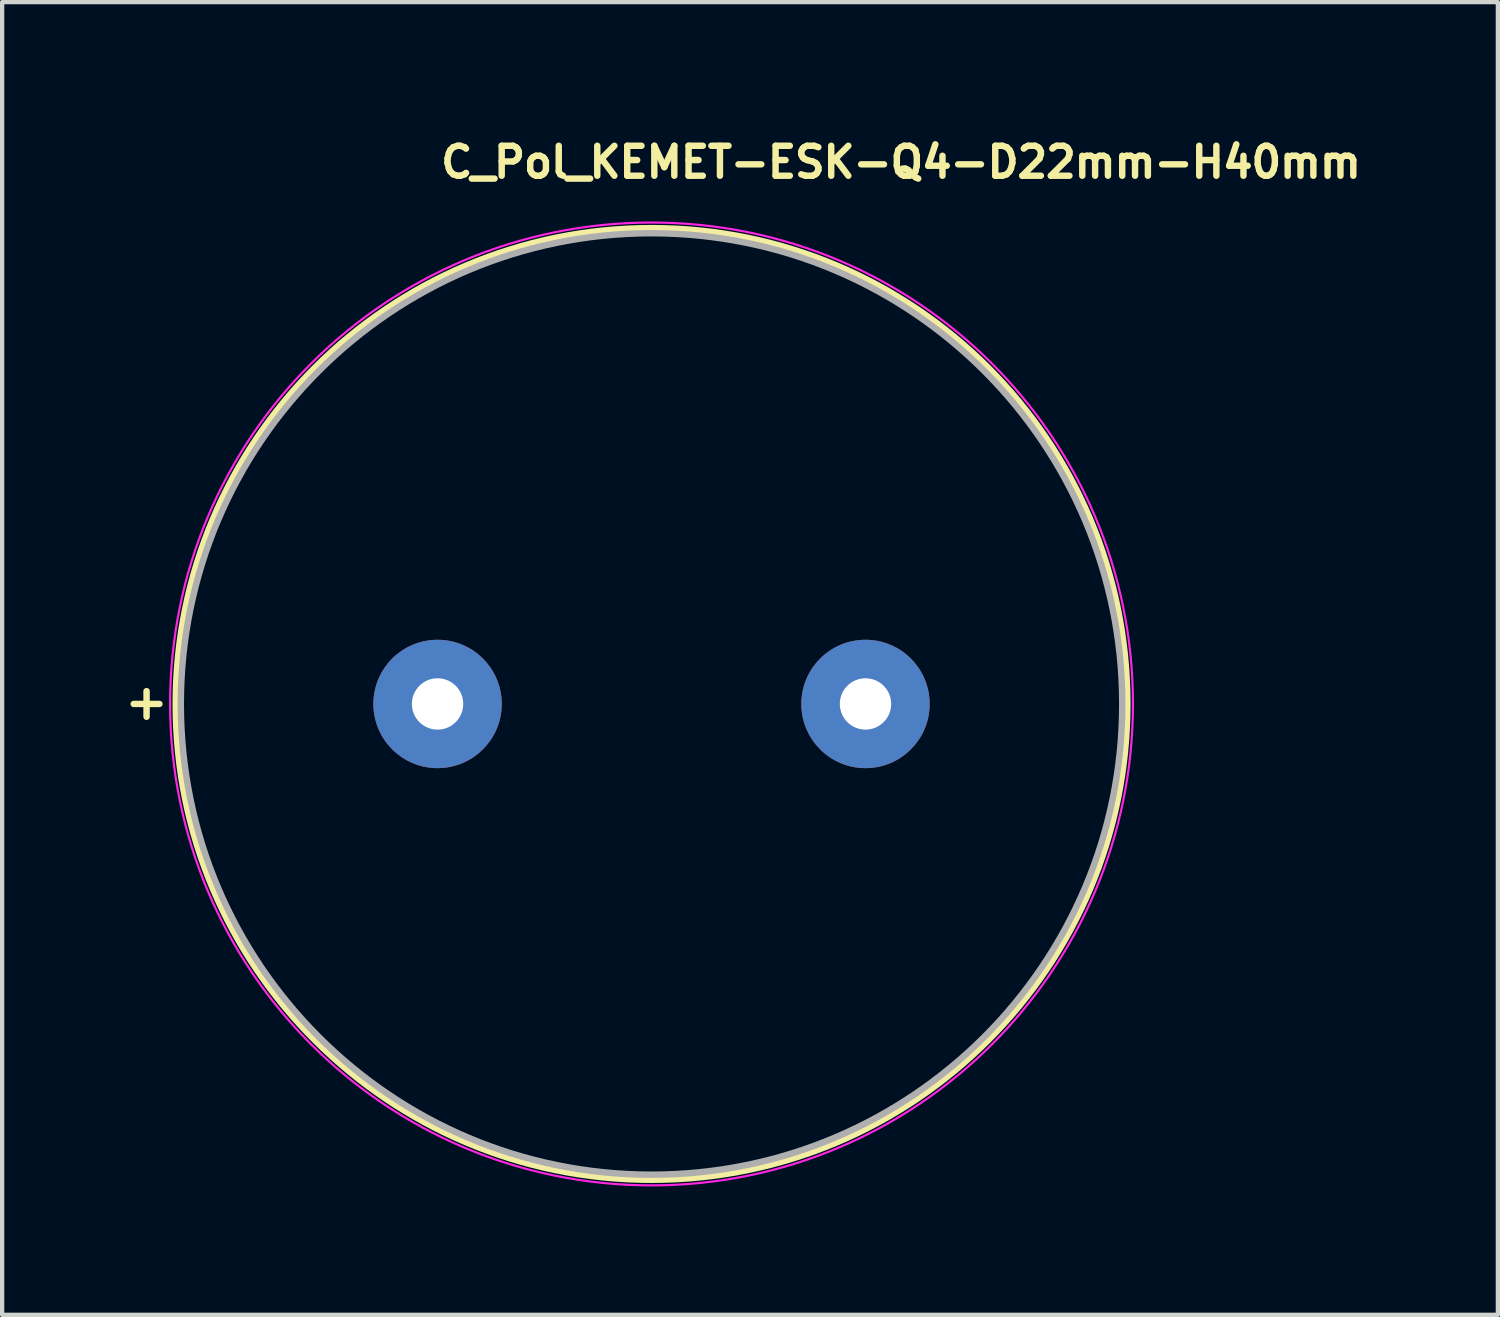
<source format=kicad_pcb>
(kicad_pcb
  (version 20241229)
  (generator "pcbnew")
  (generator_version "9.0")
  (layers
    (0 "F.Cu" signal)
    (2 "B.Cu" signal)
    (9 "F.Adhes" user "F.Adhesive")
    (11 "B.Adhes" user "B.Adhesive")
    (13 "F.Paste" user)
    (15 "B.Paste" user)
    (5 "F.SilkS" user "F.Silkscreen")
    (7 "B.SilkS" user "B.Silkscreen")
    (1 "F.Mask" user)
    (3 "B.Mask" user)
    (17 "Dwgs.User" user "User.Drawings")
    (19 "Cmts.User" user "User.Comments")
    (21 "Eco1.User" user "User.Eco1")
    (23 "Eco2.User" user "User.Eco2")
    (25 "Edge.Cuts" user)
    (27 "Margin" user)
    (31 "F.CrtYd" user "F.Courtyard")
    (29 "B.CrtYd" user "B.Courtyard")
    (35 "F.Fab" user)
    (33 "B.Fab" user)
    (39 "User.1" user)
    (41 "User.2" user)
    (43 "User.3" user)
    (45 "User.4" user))
  (footprint "C_Pol_KEMET-ESK-Q4-D22mm-H40mm"
    (layer "F.Cu")
    (at 7.175 13.4)
    (property "Reference" "C_Pol_KEMET-ESK-Q4-D22mm-H40mm" (at 0 -12.25 0) (layer "F.SilkS") (effects (font (size 0.7 0.7) (thickness 0.15)) (justify left bottom)))
    (attr through_hole)
    (fp_line (start -6.8 -0.3) (end -6.8 0.3) (stroke (width 0.15) (type solid)) (layer "F.SilkS"))
    (fp_line (start -6.5 0) (end -7.1 0) (stroke (width 0.15) (type solid)) (layer "F.SilkS"))
    (fp_circle (center 5 0) (end 16.119 0) (stroke (width 0.15) (type solid)) (fill no) (layer "F.SilkS"))
    (fp_circle (center 5 0) (end 16.25 0) (stroke (width 0.05) (type solid)) (fill no) (layer "F.CrtYd"))
    (fp_circle (center 5 0) (end 16 0) (stroke (width 0.15) (type solid)) (fill no) (layer "F.Fab"))
    (fp_circle (center 5 0) (end 16 0) (stroke (width 0.15) (type solid)) (fill no) (layer "User.5"))
    (fp_line (start -6 0) (end -5.989 -0.481) (stroke (width 0.02) (type solid)) (layer "User.9"))
    (fp_line (start -5.989 -0.481) (end -5.958 -0.958) (stroke (width 0.02) (type solid)) (layer "User.9"))
    (fp_line (start -5.989 0.481) (end -6 0) (stroke (width 0.02) (type solid)) (layer "User.9"))
    (fp_line (start -5.958 -0.958) (end -5.907 -1.43) (stroke (width 0.02) (type solid)) (layer "User.9"))
    (fp_line (start -5.958 0.958) (end -5.989 0.481) (stroke (width 0.02) (type solid)) (layer "User.9"))
    (fp_line (start -5.907 -1.43) (end -5.836 -1.896) (stroke (width 0.02) (type solid)) (layer "User.9"))
    (fp_line (start -5.907 1.43) (end -5.958 0.958) (stroke (width 0.02) (type solid)) (layer "User.9"))
    (fp_line (start -5.836 -1.896) (end -5.745 -2.356) (stroke (width 0.02) (type solid)) (layer "User.9"))
    (fp_line (start -5.836 1.896) (end -5.907 1.43) (stroke (width 0.02) (type solid)) (layer "User.9"))
    (fp_line (start -5.745 -2.356) (end -5.636 -2.81) (stroke (width 0.02) (type solid)) (layer "User.9"))
    (fp_line (start -5.745 2.356) (end -5.836 1.896) (stroke (width 0.02) (type solid)) (layer "User.9"))
    (fp_line (start -5.636 -2.81) (end -5.507 -3.257) (stroke (width 0.02) (type solid)) (layer "User.9"))
    (fp_line (start -5.636 2.81) (end -5.745 2.356) (stroke (width 0.02) (type solid)) (layer "User.9"))
    (fp_line (start -5.507 -3.257) (end -5.361 -3.696) (stroke (width 0.02) (type solid)) (layer "User.9"))
    (fp_line (start -5.507 3.257) (end -5.636 2.81) (stroke (width 0.02) (type solid)) (layer "User.9"))
    (fp_line (start -5.361 -3.696) (end -5.197 -4.128) (stroke (width 0.02) (type solid)) (layer "User.9"))
    (fp_line (start -5.361 3.696) (end -5.507 3.257) (stroke (width 0.02) (type solid)) (layer "User.9"))
    (fp_line (start -5.197 -4.128) (end -5.015 -4.551) (stroke (width 0.02) (type solid)) (layer "User.9"))
    (fp_line (start -5.197 4.128) (end -5.361 3.696) (stroke (width 0.02) (type solid)) (layer "User.9"))
    (fp_line (start -5.015 -4.551) (end -4.6 -5.37) (stroke (width 0.02) (type solid)) (layer "User.9"))
    (fp_line (start -5.015 4.551) (end -5.197 4.128) (stroke (width 0.02) (type solid)) (layer "User.9"))
    (fp_line (start -4.816 4.965) (end -5.015 4.551) (stroke (width 0.02) (type solid)) (layer "User.9"))
    (fp_line (start -4.6 -5.37) (end -4.12 -6.149) (stroke (width 0.02) (type solid)) (layer "User.9"))
    (fp_line (start -4.6 5.37) (end -4.816 4.965) (stroke (width 0.02) (type solid)) (layer "User.9"))
    (fp_line (start -4.5 0) (end -4.48 0.614) (stroke (width 0.02) (type solid)) (layer "User.9"))
    (fp_line (start -4.48 -0.614) (end -4.5 0) (stroke (width 0.02) (type solid)) (layer "User.9"))
    (fp_line (start -4.48 0.614) (end -4.42 1.227) (stroke (width 0.02) (type solid)) (layer "User.9"))
    (fp_line (start -4.42 -1.227) (end -4.48 -0.614) (stroke (width 0.02) (type solid)) (layer "User.9"))
    (fp_line (start -4.42 1.227) (end -4.321 1.836) (stroke (width 0.02) (type solid)) (layer "User.9"))
    (fp_line (start -4.368 5.765) (end -4.6 5.37) (stroke (width 0.02) (type solid)) (layer "User.9"))
    (fp_line (start -4.321 -1.836) (end -4.42 -1.227) (stroke (width 0.02) (type solid)) (layer "User.9"))
    (fp_line (start -4.321 1.836) (end -4.181 2.438) (stroke (width 0.02) (type solid)) (layer "User.9"))
    (fp_line (start -4.181 -2.438) (end -4.321 -1.836) (stroke (width 0.02) (type solid)) (layer "User.9"))
    (fp_line (start -4.181 2.438) (end -4.001 3.033) (stroke (width 0.02) (type solid)) (layer "User.9"))
    (fp_line (start -4.12 -6.149) (end -3.577 -6.885) (stroke (width 0.02) (type solid)) (layer "User.9"))
    (fp_line (start -4.12 6.149) (end -4.368 5.765) (stroke (width 0.02) (type solid)) (layer "User.9"))
    (fp_line (start -4.001 -3.033) (end -4.181 -2.438) (stroke (width 0.02) (type solid)) (layer "User.9"))
    (fp_line (start -4.001 3.033) (end -3.784 3.618) (stroke (width 0.02) (type solid)) (layer "User.9"))
    (fp_line (start -3.856 6.522) (end -4.12 6.149) (stroke (width 0.02) (type solid)) (layer "User.9"))
    (fp_line (start -3.784 -3.618) (end -4.001 -3.033) (stroke (width 0.02) (type solid)) (layer "User.9"))
    (fp_line (start -3.784 3.618) (end -3.525 4.191) (stroke (width 0.02) (type solid)) (layer "User.9"))
    (fp_line (start -3.577 -6.885) (end -2.977 -7.573) (stroke (width 0.02) (type solid)) (layer "User.9"))
    (fp_line (start -3.577 6.885) (end -3.856 6.522) (stroke (width 0.02) (type solid)) (layer "User.9"))
    (fp_line (start -3.525 -4.191) (end -3.784 -3.618) (stroke (width 0.02) (type solid)) (layer "User.9"))
    (fp_line (start -3.525 4.191) (end -3.227 4.75) (stroke (width 0.02) (type solid)) (layer "User.9"))
    (fp_line (start -3.285 7.235) (end -3.577 6.885) (stroke (width 0.02) (type solid)) (layer "User.9"))
    (fp_line (start -3.227 -4.75) (end -3.525 -4.191) (stroke (width 0.02) (type solid)) (layer "User.9"))
    (fp_line (start -3.227 -4.75) (end -3.227 -4.75) (stroke (width 0.02) (type solid)) (layer "User.9"))
    (fp_line (start -3.227 4.75) (end -3.227 4.75) (stroke (width 0.02) (type solid)) (layer "User.9"))
    (fp_line (start -3.227 4.75) (end -3.063 5.022) (stroke (width 0.02) (type solid)) (layer "User.9"))
    (fp_line (start -3.063 5.022) (end -2.892 5.287) (stroke (width 0.02) (type solid)) (layer "User.9"))
    (fp_line (start -2.977 -7.573) (end -2.32 -8.21) (stroke (width 0.02) (type solid)) (layer "User.9"))
    (fp_line (start -2.977 7.573) (end -3.285 7.235) (stroke (width 0.02) (type solid)) (layer "User.9"))
    (fp_line (start -2.892 -5.287) (end -3.227 -4.75) (stroke (width 0.02) (type solid)) (layer "User.9"))
    (fp_line (start -2.892 5.287) (end -2.711 5.546) (stroke (width 0.02) (type solid)) (layer "User.9"))
    (fp_line (start -2.711 5.546) (end -2.525 5.798) (stroke (width 0.02) (type solid)) (layer "User.9"))
    (fp_line (start -2.656 7.898) (end -2.977 7.573) (stroke (width 0.02) (type solid)) (layer "User.9"))
    (fp_line (start -2.525 -5.798) (end -2.892 -5.287) (stroke (width 0.02) (type solid)) (layer "User.9"))
    (fp_line (start -2.525 5.798) (end -2.33 6.042) (stroke (width 0.02) (type solid)) (layer "User.9"))
    (fp_line (start -2.33 6.042) (end -2.128 6.279) (stroke (width 0.02) (type solid)) (layer "User.9"))
    (fp_line (start -2.32 -8.21) (end -1.61 -8.792) (stroke (width 0.02) (type solid)) (layer "User.9"))
    (fp_line (start -2.32 8.21) (end -2.656 7.898) (stroke (width 0.02) (type solid)) (layer "User.9"))
    (fp_line (start -2.128 -6.279) (end -2.525 -5.798) (stroke (width 0.02) (type solid)) (layer "User.9"))
    (fp_line (start -2.128 6.279) (end -1.919 6.509) (stroke (width 0.02) (type solid)) (layer "User.9"))
    (fp_line (start -1.972 8.508) (end -2.32 8.21) (stroke (width 0.02) (type solid)) (layer "User.9"))
    (fp_line (start -1.919 6.509) (end -1.703 6.732) (stroke (width 0.02) (type solid)) (layer "User.9"))
    (fp_line (start -1.703 -6.732) (end -2.128 -6.279) (stroke (width 0.02) (type solid)) (layer "User.9"))
    (fp_line (start -1.703 6.732) (end -1.48 6.947) (stroke (width 0.02) (type solid)) (layer "User.9"))
    (fp_line (start -1.61 -8.792) (end -1.237 -9.061) (stroke (width 0.02) (type solid)) (layer "User.9"))
    (fp_line (start -1.61 8.792) (end -1.972 8.508) (stroke (width 0.02) (type solid)) (layer "User.9"))
    (fp_line (start -1.48 6.947) (end -1.25 7.154) (stroke (width 0.02) (type solid)) (layer "User.9"))
    (fp_line (start -1.25 -7.154) (end -1.703 -6.732) (stroke (width 0.02) (type solid)) (layer "User.9"))
    (fp_line (start -1.25 7.154) (end -1.015 7.353) (stroke (width 0.02) (type solid)) (layer "User.9"))
    (fp_line (start -1.237 -9.061) (end -0.851 -9.315) (stroke (width 0.02) (type solid)) (layer "User.9"))
    (fp_line (start -1.237 9.061) (end -1.61 8.792) (stroke (width 0.02) (type solid)) (layer "User.9"))
    (fp_line (start -1.015 7.353) (end -0.772 7.544) (stroke (width 0.02) (type solid)) (layer "User.9"))
    (fp_line (start -0.851 -9.315) (end -0.453 -9.553) (stroke (width 0.02) (type solid)) (layer "User.9"))
    (fp_line (start -0.851 9.315) (end -1.237 9.061) (stroke (width 0.02) (type solid)) (layer "User.9"))
    (fp_line (start -0.772 -7.544) (end -1.25 -7.154) (stroke (width 0.02) (type solid)) (layer "User.9"))
    (fp_line (start -0.772 7.544) (end -0.525 7.727) (stroke (width 0.02) (type solid)) (layer "User.9"))
    (fp_line (start -0.525 7.727) (end -0.272 7.902) (stroke (width 0.02) (type solid)) (layer "User.9"))
    (fp_line (start -0.453 -9.553) (end -0.046 -9.775) (stroke (width 0.02) (type solid)) (layer "User.9"))
    (fp_line (start -0.453 9.553) (end -0.851 9.315) (stroke (width 0.02) (type solid)) (layer "User.9"))
    (fp_line (start -0.272 -7.902) (end -0.772 -7.544) (stroke (width 0.02) (type solid)) (layer "User.9"))
    (fp_line (start -0.272 7.902) (end -0.012 8.069) (stroke (width 0.02) (type solid)) (layer "User.9"))
    (fp_line (start -0.046 -9.775) (end 0.373 -9.98) (stroke (width 0.02) (type solid)) (layer "User.9"))
    (fp_line (start -0.046 9.775) (end -0.453 9.553) (stroke (width 0.02) (type solid)) (layer "User.9"))
    (fp_line (start -0.012 8.069) (end 0.251 8.227) (stroke (width 0.02) (type solid)) (layer "User.9"))
    (fp_line (start 0.25 -8.227) (end -0.272 -7.902) (stroke (width 0.02) (type solid)) (layer "User.9"))
    (fp_line (start 0.251 8.227) (end 0.519 8.376) (stroke (width 0.02) (type solid)) (layer "User.9"))
    (fp_line (start 0.373 -9.98) (end 0.804 -10.168) (stroke (width 0.02) (type solid)) (layer "User.9"))
    (fp_line (start 0.373 9.98) (end -0.046 9.775) (stroke (width 0.02) (type solid)) (layer "User.9"))
    (fp_line (start 0.519 8.376) (end 0.793 8.517) (stroke (width 0.02) (type solid)) (layer "User.9"))
    (fp_line (start 0.793 -8.517) (end 0.25 -8.227) (stroke (width 0.02) (type solid)) (layer "User.9"))
    (fp_line (start 0.793 8.517) (end 1.07 8.649) (stroke (width 0.02) (type solid)) (layer "User.9"))
    (fp_line (start 0.804 -10.168) (end 1.242 -10.339) (stroke (width 0.02) (type solid)) (layer "User.9"))
    (fp_line (start 0.804 10.168) (end 0.373 9.98) (stroke (width 0.02) (type solid)) (layer "User.9"))
    (fp_line (start 1.07 8.649) (end 1.352 8.772) (stroke (width 0.02) (type solid)) (layer "User.9"))
    (fp_line (start 1.242 -10.339) (end 1.693 -10.491) (stroke (width 0.02) (type solid)) (layer "User.9"))
    (fp_line (start 1.242 10.339) (end 0.804 10.168) (stroke (width 0.02) (type solid)) (layer "User.9"))
    (fp_line (start 1.352 -8.772) (end 0.793 -8.517) (stroke (width 0.02) (type solid)) (layer "User.9"))
    (fp_line (start 1.352 8.772) (end 1.64 8.885) (stroke (width 0.02) (type solid)) (layer "User.9"))
    (fp_line (start 1.64 8.885) (end 1.929 8.99) (stroke (width 0.02) (type solid)) (layer "User.9"))
    (fp_line (start 1.693 -10.491) (end 2.152 -10.624) (stroke (width 0.02) (type solid)) (layer "User.9"))
    (fp_line (start 1.693 10.491) (end 1.242 10.339) (stroke (width 0.02) (type solid)) (layer "User.9"))
    (fp_line (start 1.929 -8.99) (end 1.352 -8.772) (stroke (width 0.02) (type solid)) (layer "User.9"))
    (fp_line (start 1.929 8.99) (end 2.223 9.085) (stroke (width 0.02) (type solid)) (layer "User.9"))
    (fp_line (start 2.152 -10.624) (end 2.62 -10.739) (stroke (width 0.02) (type solid)) (layer "User.9"))
    (fp_line (start 2.152 10.624) (end 1.693 10.491) (stroke (width 0.02) (type solid)) (layer "User.9"))
    (fp_line (start 2.223 9.085) (end 2.521 9.171) (stroke (width 0.02) (type solid)) (layer "User.9"))
    (fp_line (start 2.521 -9.171) (end 1.929 -8.99) (stroke (width 0.02) (type solid)) (layer "User.9"))
    (fp_line (start 2.521 9.171) (end 2.823 9.247) (stroke (width 0.02) (type solid)) (layer "User.9"))
    (fp_line (start 2.62 -10.739) (end 2.62 -10.739) (stroke (width 0.02) (type solid)) (layer "User.9"))
    (fp_line (start 2.62 -10.739) (end 3.091 -10.833) (stroke (width 0.02) (type solid)) (layer "User.9"))
    (fp_line (start 2.62 10.739) (end 2.152 10.624) (stroke (width 0.02) (type solid)) (layer "User.9"))
    (fp_line (start 2.62 10.739) (end 2.62 10.739) (stroke (width 0.02) (type solid)) (layer "User.9"))
    (fp_line (start 2.823 9.247) (end 3.126 9.313) (stroke (width 0.02) (type solid)) (layer "User.9"))
    (fp_line (start 3.091 -10.833) (end 3.564 -10.906) (stroke (width 0.02) (type solid)) (layer "User.9"))
    (fp_line (start 3.091 10.833) (end 2.62 10.739) (stroke (width 0.02) (type solid)) (layer "User.9"))
    (fp_line (start 3.126 -9.313) (end 2.521 -9.171) (stroke (width 0.02) (type solid)) (layer "User.9"))
    (fp_line (start 3.126 9.313) (end 3.432 9.369) (stroke (width 0.02) (type solid)) (layer "User.9"))
    (fp_line (start 3.432 9.369) (end 3.742 9.416) (stroke (width 0.02) (type solid)) (layer "User.9"))
    (fp_line (start 3.564 -10.906) (end 4.035 -10.958) (stroke (width 0.02) (type solid)) (layer "User.9"))
    (fp_line (start 3.564 10.906) (end 3.091 10.833) (stroke (width 0.02) (type solid)) (layer "User.9"))
    (fp_line (start 3.742 -9.416) (end 3.126 -9.313) (stroke (width 0.02) (type solid)) (layer "User.9"))
    (fp_line (start 3.742 9.416) (end 4.054 9.452) (stroke (width 0.02) (type solid)) (layer "User.9"))
    (fp_line (start 4.035 -10.958) (end 4.507 -10.989) (stroke (width 0.02) (type solid)) (layer "User.9"))
    (fp_line (start 4.035 10.958) (end 3.564 10.906) (stroke (width 0.02) (type solid)) (layer "User.9"))
    (fp_line (start 4.054 9.452) (end 4.367 9.478) (stroke (width 0.02) (type solid)) (layer "User.9"))
    (fp_line (start 4.367 -9.478) (end 3.742 -9.416) (stroke (width 0.02) (type solid)) (layer "User.9"))
    (fp_line (start 4.367 9.478) (end 4.683 9.494) (stroke (width 0.02) (type solid)) (layer "User.9"))
    (fp_line (start 4.507 -10.989) (end 5.442 -10.992) (stroke (width 0.02) (type solid)) (layer "User.9"))
    (fp_line (start 4.507 10.989) (end 4.035 10.958) (stroke (width 0.02) (type solid)) (layer "User.9"))
    (fp_line (start 4.683 9.494) (end 5 9.5) (stroke (width 0.02) (type solid)) (layer "User.9"))
    (fp_line (start 4.976 11.001) (end 4.507 10.989) (stroke (width 0.02) (type solid)) (layer "User.9"))
    (fp_line (start 5 -9.5) (end 4.367 -9.478) (stroke (width 0.02) (type solid)) (layer "User.9"))
    (fp_line (start 5 9.5) (end 5.687 9.475) (stroke (width 0.02) (type solid)) (layer "User.9"))
    (fp_line (start 5.345 -9.493) (end 5 -9.499) (stroke (width 0.02) (type solid)) (layer "User.9"))
    (fp_line (start 5.441 10.992) (end 4.976 11.001) (stroke (width 0.02) (type solid)) (layer "User.9"))
    (fp_line (start 5.442 -10.992) (end 6.365 -10.915) (stroke (width 0.02) (type solid)) (layer "User.9"))
    (fp_line (start 5.687 -9.475) (end 5.345 -9.493) (stroke (width 0.02) (type solid)) (layer "User.9"))
    (fp_line (start 5.687 9.475) (end 6.365 9.401) (stroke (width 0.02) (type solid)) (layer "User.9"))
    (fp_line (start 5.906 10.963) (end 5.441 10.992) (stroke (width 0.02) (type solid)) (layer "User.9"))
    (fp_line (start 6.028 -9.444) (end 5.687 -9.475) (stroke (width 0.02) (type solid)) (layer "User.9"))
    (fp_line (start 6.365 -10.915) (end 7.275 -10.762) (stroke (width 0.02) (type solid)) (layer "User.9"))
    (fp_line (start 6.365 -9.401) (end 6.028 -9.444) (stroke (width 0.02) (type solid)) (layer "User.9"))
    (fp_line (start 6.365 9.401) (end 7.031 9.28) (stroke (width 0.02) (type solid)) (layer "User.9"))
    (fp_line (start 6.365 10.915) (end 5.906 10.963) (stroke (width 0.02) (type solid)) (layer "User.9"))
    (fp_line (start 6.7 -9.346) (end 6.365 -9.401) (stroke (width 0.02) (type solid)) (layer "User.9"))
    (fp_line (start 6.823 10.848) (end 6.365 10.915) (stroke (width 0.02) (type solid)) (layer "User.9"))
    (fp_line (start 7.031 -9.28) (end 6.7 -9.346) (stroke (width 0.02) (type solid)) (layer "User.9"))
    (fp_line (start 7.031 9.28) (end 7.683 9.113) (stroke (width 0.02) (type solid)) (layer "User.9"))
    (fp_line (start 7.275 -10.762) (end 8.163 -10.535) (stroke (width 0.02) (type solid)) (layer "User.9"))
    (fp_line (start 7.275 10.762) (end 6.823 10.848) (stroke (width 0.02) (type solid)) (layer "User.9"))
    (fp_line (start 7.359 -9.202) (end 7.031 -9.28) (stroke (width 0.02) (type solid)) (layer "User.9"))
    (fp_line (start 7.683 -9.113) (end 7.359 -9.202) (stroke (width 0.02) (type solid)) (layer "User.9"))
    (fp_line (start 7.683 9.113) (end 8.318 8.901) (stroke (width 0.02) (type solid)) (layer "User.9"))
    (fp_line (start 7.723 10.658) (end 7.275 10.762) (stroke (width 0.02) (type solid)) (layer "User.9"))
    (fp_line (start 8.003 -9.013) (end 7.683 -9.113) (stroke (width 0.02) (type solid)) (layer "User.9"))
    (fp_line (start 8.163 -10.535) (end 9.029 -10.235) (stroke (width 0.02) (type solid)) (layer "User.9"))
    (fp_line (start 8.163 10.535) (end 7.723 10.658) (stroke (width 0.02) (type solid)) (layer "User.9"))
    (fp_line (start 8.318 -8.901) (end 8.003 -9.013) (stroke (width 0.02) (type solid)) (layer "User.9"))
    (fp_line (start 8.318 8.901) (end 8.935 8.646) (stroke (width 0.02) (type solid)) (layer "User.9"))
    (fp_line (start 8.6 10.394) (end 8.163 10.535) (stroke (width 0.02) (type solid)) (layer "User.9"))
    (fp_line (start 8.629 -8.779) (end 8.318 -8.901) (stroke (width 0.02) (type solid)) (layer "User.9"))
    (fp_line (start 8.935 -8.646) (end 8.629 -8.779) (stroke (width 0.02) (type solid)) (layer "User.9"))
    (fp_line (start 8.935 8.646) (end 9.53 8.349) (stroke (width 0.02) (type solid)) (layer "User.9"))
    (fp_line (start 9.029 -10.235) (end 9.865 -9.865) (stroke (width 0.02) (type solid)) (layer "User.9"))
    (fp_line (start 9.029 10.235) (end 8.6 10.394) (stroke (width 0.02) (type solid)) (layer "User.9"))
    (fp_line (start 9.235 -8.503) (end 8.935 -8.646) (stroke (width 0.02) (type solid)) (layer "User.9"))
    (fp_line (start 9.451 10.059) (end 9.029 10.235) (stroke (width 0.02) (type solid)) (layer "User.9"))
    (fp_line (start 9.53 -8.349) (end 9.235 -8.503) (stroke (width 0.02) (type solid)) (layer "User.9"))
    (fp_line (start 9.53 8.349) (end 10.103 8.012) (stroke (width 0.02) (type solid)) (layer "User.9"))
    (fp_line (start 9.82 -8.185) (end 9.53 -8.349) (stroke (width 0.02) (type solid)) (layer "User.9"))
    (fp_line (start 9.865 -9.865) (end 10.667 -9.427) (stroke (width 0.02) (type solid)) (layer "User.9"))
    (fp_line (start 9.865 9.865) (end 9.451 10.059) (stroke (width 0.02) (type solid)) (layer "User.9"))
    (fp_line (start 10.103 -8.012) (end 9.82 -8.185) (stroke (width 0.02) (type solid)) (layer "User.9"))
    (fp_line (start 10.103 8.012) (end 10.652 7.635) (stroke (width 0.02) (type solid)) (layer "User.9"))
    (fp_line (start 10.27 9.655) (end 9.865 9.865) (stroke (width 0.02) (type solid)) (layer "User.9"))
    (fp_line (start 10.381 -7.828) (end 10.103 -8.012) (stroke (width 0.02) (type solid)) (layer "User.9"))
    (fp_line (start 10.652 -7.635) (end 10.381 -7.828) (stroke (width 0.02) (type solid)) (layer "User.9"))
    (fp_line (start 10.652 7.635) (end 11.173 7.22) (stroke (width 0.02) (type solid)) (layer "User.9"))
    (fp_line (start 10.667 -9.427) (end 11.431 -8.924) (stroke (width 0.02) (type solid)) (layer "User.9"))
    (fp_line (start 10.667 9.427) (end 10.27 9.655) (stroke (width 0.02) (type solid)) (layer "User.9"))
    (fp_line (start 10.916 -7.432) (end 10.652 -7.635) (stroke (width 0.02) (type solid)) (layer "User.9"))
    (fp_line (start 11.054 9.184) (end 10.667 9.427) (stroke (width 0.02) (type solid)) (layer "User.9"))
    (fp_line (start 11.173 -7.22) (end 10.916 -7.432) (stroke (width 0.02) (type solid)) (layer "User.9"))
    (fp_line (start 11.173 7.22) (end 11.664 6.769) (stroke (width 0.02) (type solid)) (layer "User.9"))
    (fp_line (start 11.423 -6.999) (end 11.173 -7.22) (stroke (width 0.02) (type solid)) (layer "User.9"))
    (fp_line (start 11.431 -8.924) (end 12.153 -8.357) (stroke (width 0.02) (type solid)) (layer "User.9"))
    (fp_line (start 11.431 8.924) (end 11.054 9.184) (stroke (width 0.02) (type solid)) (layer "User.9"))
    (fp_line (start 11.664 -6.769) (end 11.423 -6.999) (stroke (width 0.02) (type solid)) (layer "User.9"))
    (fp_line (start 11.664 6.769) (end 12.125 6.283) (stroke (width 0.02) (type solid)) (layer "User.9"))
    (fp_line (start 11.797 8.648) (end 11.431 8.924) (stroke (width 0.02) (type solid)) (layer "User.9"))
    (fp_line (start 11.899 -6.53) (end 11.664 -6.769) (stroke (width 0.02) (type solid)) (layer "User.9"))
    (fp_line (start 12.125 -6.283) (end 11.899 -6.53) (stroke (width 0.02) (type solid)) (layer "User.9"))
    (fp_line (start 12.125 6.283) (end 12.552 5.763) (stroke (width 0.02) (type solid)) (layer "User.9"))
    (fp_line (start 12.153 -8.357) (end 12.828 -7.729) (stroke (width 0.02) (type solid)) (layer "User.9"))
    (fp_line (start 12.153 8.357) (end 11.797 8.648) (stroke (width 0.02) (type solid)) (layer "User.9"))
    (fp_line (start 12.343 -6.027) (end 12.125 -6.283) (stroke (width 0.02) (type solid)) (layer "User.9"))
    (fp_line (start 12.496 8.051) (end 12.153 8.357) (stroke (width 0.02) (type solid)) (layer "User.9"))
    (fp_line (start 12.552 -5.763) (end 12.343 -6.027) (stroke (width 0.02) (type solid)) (layer "User.9"))
    (fp_line (start 12.552 5.763) (end 12.943 5.211) (stroke (width 0.02) (type solid)) (layer "User.9"))
    (fp_line (start 12.751 -5.491) (end 12.552 -5.763) (stroke (width 0.02) (type solid)) (layer "User.9"))
    (fp_line (start 12.828 -7.729) (end 13.451 -7.042) (stroke (width 0.02) (type solid)) (layer "User.9"))
    (fp_line (start 12.828 7.729) (end 12.496 8.051) (stroke (width 0.02) (type solid)) (layer "User.9"))
    (fp_line (start 12.943 -5.211) (end 12.751 -5.491) (stroke (width 0.02) (type solid)) (layer "User.9"))
    (fp_line (start 12.943 5.211) (end 13.296 4.627) (stroke (width 0.02) (type solid)) (layer "User.9"))
    (fp_line (start 13.124 -4.923) (end 12.943 -5.211) (stroke (width 0.02) (type solid)) (layer "User.9"))
    (fp_line (start 13.146 7.393) (end 12.828 7.729) (stroke (width 0.02) (type solid)) (layer "User.9"))
    (fp_line (start 13.296 -4.627) (end 13.124 -4.923) (stroke (width 0.02) (type solid)) (layer "User.9"))
    (fp_line (start 13.296 4.627) (end 13.609 4.014) (stroke (width 0.02) (type solid)) (layer "User.9"))
    (fp_line (start 13.451 -7.042) (end 14.019 -6.298) (stroke (width 0.02) (type solid)) (layer "User.9"))
    (fp_line (start 13.451 7.042) (end 13.146 7.393) (stroke (width 0.02) (type solid)) (layer "User.9"))
    (fp_line (start 13.458 -4.325) (end 13.296 -4.627) (stroke (width 0.02) (type solid)) (layer "User.9"))
    (fp_line (start 13.609 -4.014) (end 13.458 -4.325) (stroke (width 0.02) (type solid)) (layer "User.9"))
    (fp_line (start 13.609 -4.014) (end 13.715 -3.777) (stroke (width 0.02) (type solid)) (layer "User.9"))
    (fp_line (start 13.715 -3.777) (end 13.816 -3.538) (stroke (width 0.02) (type solid)) (layer "User.9"))
    (fp_line (start 13.715 3.777) (end 13.609 4.014) (stroke (width 0.02) (type solid)) (layer "User.9"))
    (fp_line (start 13.742 6.677) (end 13.451 7.042) (stroke (width 0.02) (type solid)) (layer "User.9"))
    (fp_line (start 13.816 -3.538) (end 13.909 -3.296) (stroke (width 0.02) (type solid)) (layer "User.9"))
    (fp_line (start 13.816 3.538) (end 13.715 3.777) (stroke (width 0.02) (type solid)) (layer "User.9"))
    (fp_line (start 13.909 -3.296) (end 13.996 -3.052) (stroke (width 0.02) (type solid)) (layer "User.9"))
    (fp_line (start 13.909 3.296) (end 13.816 3.538) (stroke (width 0.02) (type solid)) (layer "User.9"))
    (fp_line (start 13.918 -4.158) (end 13.609 -4.014) (stroke (width 0.02) (type solid)) (layer "User.9"))
    (fp_line (start 13.918 -4.158) (end 13.918 -4.158) (stroke (width 0.02) (type solid)) (layer "User.9"))
    (fp_line (start 13.918 4.158) (end 13.609 4.014) (stroke (width 0.02) (type solid)) (layer "User.9"))
    (fp_line (start 13.918 4.158) (end 13.918 4.158) (stroke (width 0.02) (type solid)) (layer "User.9"))
    (fp_line (start 13.996 -3.052) (end 14.076 -2.805) (stroke (width 0.02) (type solid)) (layer "User.9"))
    (fp_line (start 13.996 3.052) (end 13.909 3.296) (stroke (width 0.02) (type solid)) (layer "User.9"))
    (fp_line (start 14.019 -6.298) (end 14.279 -5.905) (stroke (width 0.02) (type solid)) (layer "User.9"))
    (fp_line (start 14.019 6.298) (end 13.742 6.677) (stroke (width 0.02) (type solid)) (layer "User.9"))
    (fp_line (start 14.076 -2.805) (end 14.149 -2.557) (stroke (width 0.02) (type solid)) (layer "User.9"))
    (fp_line (start 14.076 2.805) (end 13.996 3.052) (stroke (width 0.02) (type solid)) (layer "User.9"))
    (fp_line (start 14.149 -2.557) (end 14.215 -2.307) (stroke (width 0.02) (type solid)) (layer "User.9"))
    (fp_line (start 14.149 2.557) (end 14.076 2.805) (stroke (width 0.02) (type solid)) (layer "User.9"))
    (fp_line (start 14.211 -4.295) (end 13.918 -4.158) (stroke (width 0.02) (type solid)) (layer "User.9"))
    (fp_line (start 14.211 -4.295) (end 14.211 -4.295) (stroke (width 0.02) (type solid)) (layer "User.9"))
    (fp_line (start 14.211 4.295) (end 13.918 4.158) (stroke (width 0.02) (type solid)) (layer "User.9"))
    (fp_line (start 14.211 4.295) (end 14.211 4.295) (stroke (width 0.02) (type solid)) (layer "User.9"))
    (fp_line (start 14.215 -2.307) (end 14.274 -2.056) (stroke (width 0.02) (type solid)) (layer "User.9"))
    (fp_line (start 14.215 2.307) (end 14.149 2.557) (stroke (width 0.02) (type solid)) (layer "User.9"))
    (fp_line (start 14.274 -2.056) (end 14.327 -1.803) (stroke (width 0.02) (type solid)) (layer "User.9"))
    (fp_line (start 14.274 2.056) (end 14.215 2.307) (stroke (width 0.02) (type solid)) (layer "User.9"))
    (fp_line (start 14.279 -5.905) (end 14.526 -5.499) (stroke (width 0.02) (type solid)) (layer "User.9"))
    (fp_line (start 14.279 5.905) (end 14.019 6.298) (stroke (width 0.02) (type solid)) (layer "User.9"))
    (fp_line (start 14.327 -1.803) (end 14.372 -1.548) (stroke (width 0.02) (type solid)) (layer "User.9"))
    (fp_line (start 14.327 1.802) (end 14.274 2.056) (stroke (width 0.02) (type solid)) (layer "User.9"))
    (fp_line (start 14.347 -4.358) (end 14.211 -4.295) (stroke (width 0.02) (type solid)) (layer "User.9"))
    (fp_line (start 14.347 -4.358) (end 14.347 -4.358) (stroke (width 0.02) (type solid)) (layer "User.9"))
    (fp_line (start 14.347 4.358) (end 14.211 4.295) (stroke (width 0.02) (type solid)) (layer "User.9"))
    (fp_line (start 14.347 4.358) (end 14.347 4.358) (stroke (width 0.02) (type solid)) (layer "User.9"))
    (fp_line (start 14.372 -1.548) (end 14.411 -1.292) (stroke (width 0.02) (type solid)) (layer "User.9"))
    (fp_line (start 14.372 1.548) (end 14.327 1.802) (stroke (width 0.02) (type solid)) (layer "User.9"))
    (fp_line (start 14.411 -1.292) (end 14.443 -1.035) (stroke (width 0.02) (type solid)) (layer "User.9"))
    (fp_line (start 14.411 1.292) (end 14.372 1.548) (stroke (width 0.02) (type solid)) (layer "User.9"))
    (fp_line (start 14.443 -1.035) (end 14.468 -0.777) (stroke (width 0.02) (type solid)) (layer "User.9"))
    (fp_line (start 14.443 1.035) (end 14.411 1.292) (stroke (width 0.02) (type solid)) (layer "User.9"))
    (fp_line (start 14.468 -0.777) (end 14.485 -0.519) (stroke (width 0.02) (type solid)) (layer "User.9"))
    (fp_line (start 14.468 0.777) (end 14.443 1.035) (stroke (width 0.02) (type solid)) (layer "User.9"))
    (fp_line (start 14.474 -4.418) (end 14.347 -4.358) (stroke (width 0.02) (type solid)) (layer "User.9"))
    (fp_line (start 14.474 -4.418) (end 14.474 -4.418) (stroke (width 0.02) (type solid)) (layer "User.9"))
    (fp_line (start 14.474 4.418) (end 14.347 4.358) (stroke (width 0.02) (type solid)) (layer "User.9"))
    (fp_line (start 14.474 4.418) (end 14.474 4.418) (stroke (width 0.02) (type solid)) (layer "User.9"))
    (fp_line (start 14.485 -0.519) (end 14.496 -0.259) (stroke (width 0.02) (type solid)) (layer "User.9"))
    (fp_line (start 14.485 0.519) (end 14.468 0.777) (stroke (width 0.02) (type solid)) (layer "User.9"))
    (fp_line (start 14.496 -0.259) (end 14.5 0) (stroke (width 0.02) (type solid)) (layer "User.9"))
    (fp_line (start 14.496 0.259) (end 14.485 0.519) (stroke (width 0.02) (type solid)) (layer "User.9"))
    (fp_line (start 14.5 0) (end 14.496 0.259) (stroke (width 0.02) (type solid)) (layer "User.9"))
    (fp_line (start 14.526 -5.499) (end 14.756 -5.08) (stroke (width 0.02) (type solid)) (layer "User.9"))
    (fp_line (start 14.526 5.499) (end 14.279 5.905) (stroke (width 0.02) (type solid)) (layer "User.9"))
    (fp_line (start 14.59 -4.472) (end 14.474 -4.418) (stroke (width 0.02) (type solid)) (layer "User.9"))
    (fp_line (start 14.59 -4.472) (end 14.59 -4.472) (stroke (width 0.02) (type solid)) (layer "User.9"))
    (fp_line (start 14.59 4.472) (end 14.474 4.418) (stroke (width 0.02) (type solid)) (layer "User.9"))
    (fp_line (start 14.59 4.472) (end 14.59 4.472) (stroke (width 0.02) (type solid)) (layer "User.9"))
    (fp_line (start 14.694 -4.52) (end 14.59 -4.472) (stroke (width 0.02) (type solid)) (layer "User.9"))
    (fp_line (start 14.694 -4.52) (end 14.694 -4.52) (stroke (width 0.02) (type solid)) (layer "User.9"))
    (fp_line (start 14.694 4.52) (end 14.59 4.472) (stroke (width 0.02) (type solid)) (layer "User.9"))
    (fp_line (start 14.694 4.52) (end 14.694 4.52) (stroke (width 0.02) (type solid)) (layer "User.9"))
    (fp_line (start 14.756 -5.08) (end 14.969 -4.648) (stroke (width 0.02) (type solid)) (layer "User.9"))
    (fp_line (start 14.756 5.08) (end 14.526 5.499) (stroke (width 0.02) (type solid)) (layer "User.9"))
    (fp_line (start 14.784 -4.562) (end 14.694 -4.52) (stroke (width 0.02) (type solid)) (layer "User.9"))
    (fp_line (start 14.784 -4.562) (end 14.784 -4.562) (stroke (width 0.02) (type solid)) (layer "User.9"))
    (fp_line (start 14.784 4.562) (end 14.694 4.52) (stroke (width 0.02) (type solid)) (layer "User.9"))
    (fp_line (start 14.784 4.562) (end 14.784 4.562) (stroke (width 0.02) (type solid)) (layer "User.9"))
    (fp_line (start 14.859 -4.597) (end 14.784 -4.562) (stroke (width 0.02) (type solid)) (layer "User.9"))
    (fp_line (start 14.859 -4.597) (end 14.859 -4.597) (stroke (width 0.02) (type solid)) (layer "User.9"))
    (fp_line (start 14.859 4.597) (end 14.784 4.562) (stroke (width 0.02) (type solid)) (layer "User.9"))
    (fp_line (start 14.859 4.597) (end 14.859 4.597) (stroke (width 0.02) (type solid)) (layer "User.9"))
    (fp_line (start 14.918 -4.625) (end 14.859 -4.597) (stroke (width 0.02) (type solid)) (layer "User.9"))
    (fp_line (start 14.918 -4.625) (end 14.918 -4.625) (stroke (width 0.02) (type solid)) (layer "User.9"))
    (fp_line (start 14.918 4.625) (end 14.859 4.597) (stroke (width 0.02) (type solid)) (layer "User.9"))
    (fp_line (start 14.918 4.625) (end 14.918 4.625) (stroke (width 0.02) (type solid)) (layer "User.9"))
    (fp_line (start 14.961 -4.645) (end 14.918 -4.625) (stroke (width 0.02) (type solid)) (layer "User.9"))
    (fp_line (start 14.961 -4.645) (end 14.961 -4.645) (stroke (width 0.02) (type solid)) (layer "User.9"))
    (fp_line (start 14.961 4.645) (end 14.918 4.625) (stroke (width 0.02) (type solid)) (layer "User.9"))
    (fp_line (start 14.961 4.645) (end 14.961 4.645) (stroke (width 0.02) (type solid)) (layer "User.9"))
    (fp_line (start 14.969 4.648) (end 14.756 5.08) (stroke (width 0.02) (type solid)) (layer "User.9"))
    (fp_line (start 14.987 -4.657) (end 14.961 -4.645) (stroke (width 0.02) (type solid)) (layer "User.9"))
    (fp_line (start 14.987 -4.657) (end 14.987 -4.657) (stroke (width 0.02) (type solid)) (layer "User.9"))
    (fp_line (start 14.987 4.657) (end 14.961 4.645) (stroke (width 0.02) (type solid)) (layer "User.9"))
    (fp_line (start 14.987 4.657) (end 14.987 4.657) (stroke (width 0.02) (type solid)) (layer "User.9"))
    (fp_line (start 14.996 -4.661) (end 14.987 -4.657) (stroke (width 0.02) (type solid)) (layer "User.9"))
    (fp_line (start 14.996 -4.661) (end 15.12 -4.386) (stroke (width 0.02) (type solid)) (layer "User.9"))
    (fp_line (start 14.996 4.661) (end 14.987 4.657) (stroke (width 0.02) (type solid)) (layer "User.9"))
    (fp_line (start 15.12 -4.386) (end 15.236 -4.108) (stroke (width 0.02) (type solid)) (layer "User.9"))
    (fp_line (start 15.12 4.386) (end 14.996 4.661) (stroke (width 0.02) (type solid)) (layer "User.9"))
    (fp_line (start 15.236 -4.108) (end 15.344 -3.827) (stroke (width 0.02) (type solid)) (layer "User.9"))
    (fp_line (start 15.236 4.108) (end 15.12 4.386) (stroke (width 0.02) (type solid)) (layer "User.9"))
    (fp_line (start 15.344 -3.827) (end 15.445 -3.543) (stroke (width 0.02) (type solid)) (layer "User.9"))
    (fp_line (start 15.344 3.827) (end 15.236 4.108) (stroke (width 0.02) (type solid)) (layer "User.9"))
    (fp_line (start 15.445 -3.543) (end 15.537 -3.257) (stroke (width 0.02) (type solid)) (layer "User.9"))
    (fp_line (start 15.445 3.543) (end 15.344 3.827) (stroke (width 0.02) (type solid)) (layer "User.9"))
    (fp_line (start 15.537 -3.257) (end 15.622 -2.969) (stroke (width 0.02) (type solid)) (layer "User.9"))
    (fp_line (start 15.537 3.257) (end 15.445 3.543) (stroke (width 0.02) (type solid)) (layer "User.9"))
    (fp_line (start 15.622 -2.969) (end 15.699 -2.679) (stroke (width 0.02) (type solid)) (layer "User.9"))
    (fp_line (start 15.622 2.969) (end 15.537 3.257) (stroke (width 0.02) (type solid)) (layer "User.9"))
    (fp_line (start 15.699 -2.679) (end 15.768 -2.387) (stroke (width 0.02) (type solid)) (layer "User.9"))
    (fp_line (start 15.699 2.679) (end 15.622 2.969) (stroke (width 0.02) (type solid)) (layer "User.9"))
    (fp_line (start 15.768 -2.387) (end 15.829 -2.093) (stroke (width 0.02) (type solid)) (layer "User.9"))
    (fp_line (start 15.768 2.387) (end 15.699 2.679) (stroke (width 0.02) (type solid)) (layer "User.9"))
    (fp_line (start 15.829 -2.093) (end 15.882 -1.797) (stroke (width 0.02) (type solid)) (layer "User.9"))
    (fp_line (start 15.829 2.093) (end 15.768 2.387) (stroke (width 0.02) (type solid)) (layer "User.9"))
    (fp_line (start 15.882 -1.797) (end 15.927 -1.5) (stroke (width 0.02) (type solid)) (layer "User.9"))
    (fp_line (start 15.882 1.797) (end 15.829 2.093) (stroke (width 0.02) (type solid)) (layer "User.9"))
    (fp_line (start 15.927 -1.5) (end 15.964 -1.202) (stroke (width 0.02) (type solid)) (layer "User.9"))
    (fp_line (start 15.927 1.5) (end 15.882 1.797) (stroke (width 0.02) (type solid)) (layer "User.9"))
    (fp_line (start 15.964 -1.202) (end 15.992 -0.903) (stroke (width 0.02) (type solid)) (layer "User.9"))
    (fp_line (start 15.964 1.202) (end 15.927 1.5) (stroke (width 0.02) (type solid)) (layer "User.9"))
    (fp_line (start 15.992 -0.903) (end 16.012 -0.602) (stroke (width 0.02) (type solid)) (layer "User.9"))
    (fp_line (start 15.992 0.903) (end 15.964 1.202) (stroke (width 0.02) (type solid)) (layer "User.9"))
    (fp_line (start 16.012 -0.602) (end 16.024 -0.301) (stroke (width 0.02) (type solid)) (layer "User.9"))
    (fp_line (start 16.012 0.602) (end 15.992 0.903) (stroke (width 0.02) (type solid)) (layer "User.9"))
    (fp_line (start 16.024 -0.301) (end 16.029 0) (stroke (width 0.02) (type solid)) (layer "User.9"))
    (fp_line (start 16.024 0.301) (end 16.012 0.602) (stroke (width 0.02) (type solid)) (layer "User.9"))
    (fp_line (start 16.03 0) (end 16.024 0.301) (stroke (width 0.02) (type solid)) (layer "User.9"))
    (pad "1" thru_hole circle (at 0 0) (size 3 3) (drill 1.2) (layers "*.Cu" "*.Mask"))
    (pad "2" thru_hole circle (at 10 0) (size 3 3) (drill 1.2) (layers "*.Cu" "*.Mask")))
  (gr_rect
    (start -3 -3)
    (end 31.952 27.675)
    (stroke (width 0.1) (type default))
    (fill no)
    (layer "Edge.Cuts")))
</source>
